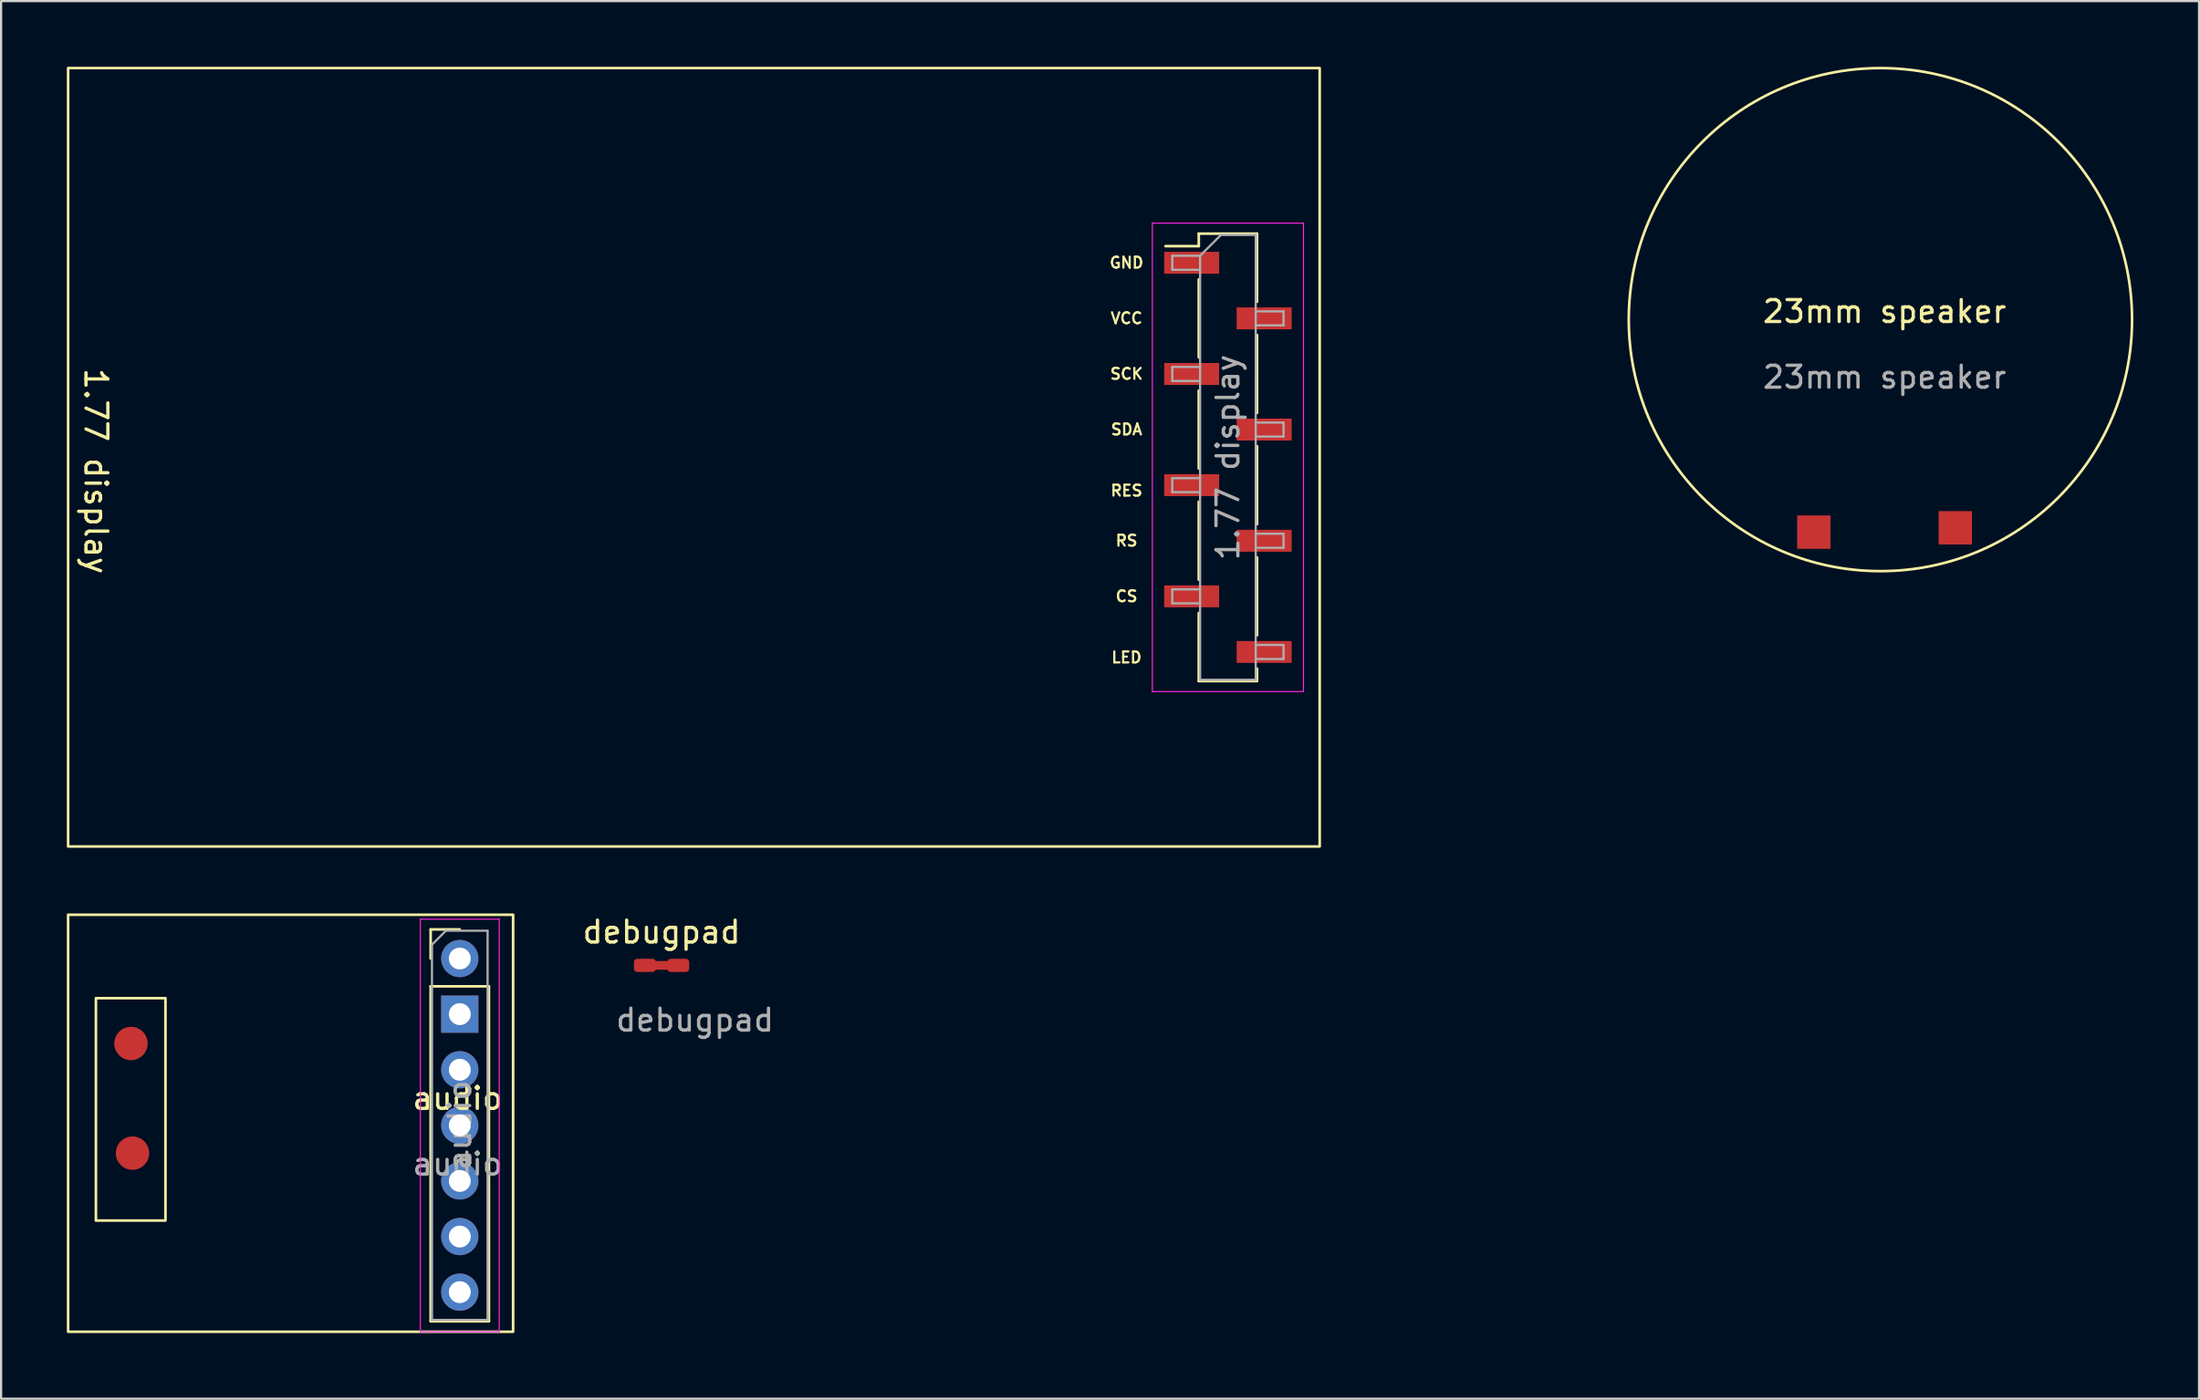
<source format=kicad_pcb>
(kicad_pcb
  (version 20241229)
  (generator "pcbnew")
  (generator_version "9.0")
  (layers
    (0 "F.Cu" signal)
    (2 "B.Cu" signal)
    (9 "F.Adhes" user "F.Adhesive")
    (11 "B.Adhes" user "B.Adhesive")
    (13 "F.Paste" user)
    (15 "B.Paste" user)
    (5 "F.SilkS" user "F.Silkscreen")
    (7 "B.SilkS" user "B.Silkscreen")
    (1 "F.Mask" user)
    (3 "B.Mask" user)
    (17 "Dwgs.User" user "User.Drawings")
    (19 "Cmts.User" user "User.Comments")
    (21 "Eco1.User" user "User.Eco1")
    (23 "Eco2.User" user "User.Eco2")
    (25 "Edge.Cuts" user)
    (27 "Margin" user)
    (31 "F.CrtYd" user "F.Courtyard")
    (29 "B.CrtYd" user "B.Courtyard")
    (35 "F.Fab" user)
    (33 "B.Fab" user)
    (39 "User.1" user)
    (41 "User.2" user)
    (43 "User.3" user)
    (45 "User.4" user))
  (footprint "audio"
    (layer "F.Cu")
    (at 17.84 47.63)
    (property "Reference" "audio" (at 0 -0.5 0) (unlocked yes) (layer "F.SilkS") (effects (font (size 1 1) (thickness 0.15))))
    (attr through_hole)
    (fp_line (start -1.225 -8.22) (end 0.105 -8.22) (stroke (width 0.12) (type solid)) (layer "F.SilkS"))
    (fp_line (start -1.225 -6.89) (end -1.225 -8.22) (stroke (width 0.12) (type solid)) (layer "F.SilkS"))
    (fp_line (start -1.225 -5.62) (end -1.225 9.68) (stroke (width 0.12) (type solid)) (layer "F.SilkS"))
    (fp_line (start -1.225 -5.62) (end 1.435 -5.62) (stroke (width 0.12) (type solid)) (layer "F.SilkS"))
    (fp_line (start -1.225 9.68) (end 1.435 9.68) (stroke (width 0.12) (type solid)) (layer "F.SilkS"))
    (fp_line (start 1.435 -5.62) (end 1.435 9.68) (stroke (width 0.12) (type solid)) (layer "F.SilkS"))
    (fp_rect (start -17.78 10.16) (end 2.54 -8.89) (stroke (width 0.12) (type solid)) (fill no) (layer "F.SilkS"))
    (fp_rect (start -16.51 -5.08) (end -13.335 5.08) (stroke (width 0.12) (type solid)) (fill no) (layer "F.SilkS"))
    (fp_line (start -1.695 -8.69) (end -1.695 10.16) (stroke (width 0.05) (type solid)) (layer "F.CrtYd"))
    (fp_line (start -1.695 10.16) (end 1.905 10.16) (stroke (width 0.05) (type solid)) (layer "F.CrtYd"))
    (fp_line (start 1.905 -8.69) (end -1.695 -8.69) (stroke (width 0.05) (type solid)) (layer "F.CrtYd"))
    (fp_line (start 1.905 10.16) (end 1.905 -8.69) (stroke (width 0.05) (type solid)) (layer "F.CrtYd"))
    (fp_line (start -1.165 -7.525) (end -0.53 -8.16) (stroke (width 0.1) (type solid)) (layer "F.Fab"))
    (fp_line (start -1.165 9.62) (end -1.165 -7.525) (stroke (width 0.1) (type solid)) (layer "F.Fab"))
    (fp_line (start -0.53 -8.16) (end 1.375 -8.16) (stroke (width 0.1) (type solid)) (layer "F.Fab"))
    (fp_line (start 1.375 -8.16) (end 1.375 9.62) (stroke (width 0.1) (type solid)) (layer "F.Fab"))
    (fp_line (start 1.375 9.62) (end -1.165 9.62) (stroke (width 0.1) (type solid)) (layer "F.Fab"))
    (fp_text user "${REFERENCE}" (at 0 2.5 0) (unlocked yes) (layer "F.Fab") (effects (font (size 1 1) (thickness 0.15))))
    (fp_text user "${REFERENCE}" (at 0.105 0.73 90) (layer "F.Fab") (effects (font (size 1 1) (thickness 0.15))))
    (pad "1" thru_hole circle (at 0.105 -6.89) (size 1.7 1.7) (drill 1) (layers "*.Cu" "*.Mask"))
    (pad "2" thru_hole rect (at 0.105 -4.35) (size 1.7 1.7) (drill 1) (layers "*.Cu" "*.Mask"))
    (pad "3" thru_hole oval (at 0.105 -1.81) (size 1.7 1.7) (drill 1) (layers "*.Cu" "*.Mask"))
    (pad "4" thru_hole oval (at 0.105 0.73) (size 1.7 1.7) (drill 1) (layers "*.Cu" "*.Mask"))
    (pad "5" thru_hole oval (at 0.105 3.27) (size 1.7 1.7) (drill 1) (layers "*.Cu" "*.Mask"))
    (pad "6" thru_hole circle (at 0.105 5.81) (size 1.7 1.7) (drill 1) (layers "*.Cu" "*.Mask"))
    (pad "7" thru_hole oval (at 0.105 8.35) (size 1.7 1.7) (drill 1) (layers "*.Cu" "*.Mask"))
    (pad "8" connect circle (at -14.91 -3.01) (size 1.524 1.524) (layers "F.Cu" "F.Mask"))
    (pad "9" connect circle (at -14.84 2) (size 1.524 1.524) (layers "F.Cu" "F.Mask")))
  (footprint "debugpad"
    (layer "F.Cu")
    (at 28.684 41.052)
    (property "Reference" "debugpad" (at -1.524 -1.524 0) (unlocked yes) (layer "F.SilkS") (effects (font (size 1 1) (thickness 0.15))))
    (attr smd)
    (fp_line (start -1.778 0) (end -1.27 0) (stroke (width 0.4) (type solid)) (layer "F.Cu"))
    (fp_text user "${REFERENCE}" (at 0 2.5 0) (unlocked yes) (layer "F.Fab") (effects (font (size 1 1) (thickness 0.15))))
    (pad "1" smd roundrect (at -2.286 0) (size 1 0.6) (layers "F.Cu" "F.Mask" "F.Paste") (roundrect_rratio 0.25))
    (pad "2" smd roundrect (at -0.762 0) (size 1 0.6) (layers "F.Cu" "F.Mask" "F.Paste") (roundrect_rratio 0.25)))
  (footprint "1.77 display"
    (layer "F.Cu")
    (at 56.575 17.84)
    (property "Reference" "1.77 display" (at -55.245 0.635 270) (unlocked yes) (layer "F.SilkS") (effects (font (size 1 1) (thickness 0.15))))
    (attr smd)
    (fp_line (start -4.886 -10.216) (end -4.886 -9.646) (stroke (width 0.12) (type solid)) (layer "F.SilkS"))
    (fp_line (start -4.886 -10.216) (end -2.226 -10.216) (stroke (width 0.12) (type solid)) (layer "F.SilkS"))
    (fp_line (start -4.886 -9.646) (end -6.406 -9.646) (stroke (width 0.12) (type solid)) (layer "F.SilkS"))
    (fp_line (start -4.886 -8.126) (end -4.886 -4.566) (stroke (width 0.12) (type solid)) (layer "F.SilkS"))
    (fp_line (start -4.886 -3.046) (end -4.886 0.514) (stroke (width 0.12) (type solid)) (layer "F.SilkS"))
    (fp_line (start -4.886 2.034) (end -4.886 5.594) (stroke (width 0.12) (type solid)) (layer "F.SilkS"))
    (fp_line (start -4.886 7.114) (end -4.886 10.224) (stroke (width 0.12) (type solid)) (layer "F.SilkS"))
    (fp_line (start -4.886 10.224) (end -2.226 10.224) (stroke (width 0.12) (type solid)) (layer "F.SilkS"))
    (fp_line (start -2.226 -10.216) (end -2.226 -7.106) (stroke (width 0.12) (type solid)) (layer "F.SilkS"))
    (fp_line (start -2.226 -5.586) (end -2.226 -2.026) (stroke (width 0.12) (type solid)) (layer "F.SilkS"))
    (fp_line (start -2.226 -0.506) (end -2.226 3.054) (stroke (width 0.12) (type solid)) (layer "F.SilkS"))
    (fp_line (start -2.226 4.574) (end -2.226 8.134) (stroke (width 0.12) (type solid)) (layer "F.SilkS"))
    (fp_line (start -2.226 9.654) (end -2.226 10.224) (stroke (width 0.12) (type solid)) (layer "F.SilkS"))
    (fp_rect (start -56.515 -17.78) (end 0.635 17.78) (stroke (width 0.12) (type solid)) (fill no) (layer "F.SilkS"))
    (fp_line (start -7.006 -10.696) (end -7.006 10.704) (stroke (width 0.05) (type solid)) (layer "F.CrtYd"))
    (fp_line (start -7.006 10.704) (end -0.106 10.704) (stroke (width 0.05) (type solid)) (layer "F.CrtYd"))
    (fp_line (start -0.106 -10.696) (end -7.006 -10.696) (stroke (width 0.05) (type solid)) (layer "F.CrtYd"))
    (fp_line (start -0.106 10.704) (end -0.106 -10.696) (stroke (width 0.05) (type solid)) (layer "F.CrtYd"))
    (fp_line (start -6.096 -9.206) (end -6.096 -8.566) (stroke (width 0.1) (type solid)) (layer "F.Fab"))
    (fp_line (start -6.096 -8.566) (end -4.826 -8.566) (stroke (width 0.1) (type solid)) (layer "F.Fab"))
    (fp_line (start -6.096 -4.126) (end -6.096 -3.486) (stroke (width 0.1) (type solid)) (layer "F.Fab"))
    (fp_line (start -6.096 -3.486) (end -4.826 -3.486) (stroke (width 0.1) (type solid)) (layer "F.Fab"))
    (fp_line (start -6.096 0.954) (end -6.096 1.594) (stroke (width 0.1) (type solid)) (layer "F.Fab"))
    (fp_line (start -6.096 1.594) (end -4.826 1.594) (stroke (width 0.1) (type solid)) (layer "F.Fab"))
    (fp_line (start -6.096 6.034) (end -6.096 6.674) (stroke (width 0.1) (type solid)) (layer "F.Fab"))
    (fp_line (start -6.096 6.674) (end -4.826 6.674) (stroke (width 0.1) (type solid)) (layer "F.Fab"))
    (fp_line (start -4.826 -9.206) (end -6.096 -9.206) (stroke (width 0.1) (type solid)) (layer "F.Fab"))
    (fp_line (start -4.826 -9.206) (end -3.876 -10.156) (stroke (width 0.1) (type solid)) (layer "F.Fab"))
    (fp_line (start -4.826 -4.126) (end -6.096 -4.126) (stroke (width 0.1) (type solid)) (layer "F.Fab"))
    (fp_line (start -4.826 0.954) (end -6.096 0.954) (stroke (width 0.1) (type solid)) (layer "F.Fab"))
    (fp_line (start -4.826 6.034) (end -6.096 6.034) (stroke (width 0.1) (type solid)) (layer "F.Fab"))
    (fp_line (start -4.826 10.164) (end -4.826 -9.206) (stroke (width 0.1) (type solid)) (layer "F.Fab"))
    (fp_line (start -3.876 -10.156) (end -2.286 -10.156) (stroke (width 0.1) (type solid)) (layer "F.Fab"))
    (fp_line (start -2.286 -10.156) (end -2.286 10.164) (stroke (width 0.1) (type solid)) (layer "F.Fab"))
    (fp_line (start -2.286 -6.666) (end -1.016 -6.666) (stroke (width 0.1) (type solid)) (layer "F.Fab"))
    (fp_line (start -2.286 -1.586) (end -1.016 -1.586) (stroke (width 0.1) (type solid)) (layer "F.Fab"))
    (fp_line (start -2.286 3.494) (end -1.016 3.494) (stroke (width 0.1) (type solid)) (layer "F.Fab"))
    (fp_line (start -2.286 8.574) (end -1.016 8.574) (stroke (width 0.1) (type solid)) (layer "F.Fab"))
    (fp_line (start -2.286 10.164) (end -4.826 10.164) (stroke (width 0.1) (type solid)) (layer "F.Fab"))
    (fp_line (start -1.016 -6.666) (end -1.016 -6.026) (stroke (width 0.1) (type solid)) (layer "F.Fab"))
    (fp_line (start -1.016 -6.026) (end -2.286 -6.026) (stroke (width 0.1) (type solid)) (layer "F.Fab"))
    (fp_line (start -1.016 -1.586) (end -1.016 -0.946) (stroke (width 0.1) (type solid)) (layer "F.Fab"))
    (fp_line (start -1.016 -0.946) (end -2.286 -0.946) (stroke (width 0.1) (type solid)) (layer "F.Fab"))
    (fp_line (start -1.016 3.494) (end -1.016 4.134) (stroke (width 0.1) (type solid)) (layer "F.Fab"))
    (fp_line (start -1.016 4.134) (end -2.286 4.134) (stroke (width 0.1) (type solid)) (layer "F.Fab"))
    (fp_line (start -1.016 8.574) (end -1.016 9.214) (stroke (width 0.1) (type solid)) (layer "F.Fab"))
    (fp_line (start -1.016 9.214) (end -2.286 9.214) (stroke (width 0.1) (type solid)) (layer "F.Fab"))
    (fp_line (start -45.487 -0.028) (end 11.663 -0.028) (stroke (width 0.05) (type solid)) (layer "User.1"))
    (fp_text user "LED" (at -8.184 9.144 0) (unlocked yes) (layer "F.SilkS") (effects (font (size 0.5 0.5) (thickness 0.1))))
    (fp_text user "CS" (at -8.184 6.35 0) (unlocked yes) (layer "F.SilkS") (effects (font (size 0.5 0.5) (thickness 0.1))))
    (fp_text user "GND" (at -8.184 -8.89 0) (unlocked yes) (layer "F.SilkS") (effects (font (size 0.5 0.5) (thickness 0.1))))
    (fp_text user "VCC" (at -8.184 -6.35 0) (unlocked yes) (layer "F.SilkS") (effects (font (size 0.5 0.5) (thickness 0.1))))
    (fp_text user "RS" (at -8.184 3.81 0) (unlocked yes) (layer "F.SilkS") (effects (font (size 0.5 0.5) (thickness 0.1))))
    (fp_text user "SCK" (at -8.184 -3.81 0) (unlocked yes) (layer "F.SilkS") (effects (font (size 0.5 0.5) (thickness 0.1))))
    (fp_text user "RES" (at -8.184 1.524 0) (unlocked yes) (layer "F.SilkS") (effects (font (size 0.5 0.5) (thickness 0.1))))
    (fp_text user "SDA" (at -8.184 -1.27 0) (unlocked yes) (layer "F.SilkS") (effects (font (size 0.5 0.5) (thickness 0.1))))
    (fp_text user "${REFERENCE}" (at -3.556 0.004 90) (layer "F.Fab") (effects (font (size 1 1) (thickness 0.15))))
    (pad "1" smd rect (at -5.211 -8.886) (size 2.51 1) (layers "F.Cu" "F.Mask" "F.Paste"))
    (pad "2" smd rect (at -1.901 -6.346) (size 2.51 1) (layers "F.Cu" "F.Mask" "F.Paste"))
    (pad "3" smd rect (at -5.211 -3.806) (size 2.51 1) (layers "F.Cu" "F.Mask" "F.Paste"))
    (pad "4" smd rect (at -1.901 -1.266) (size 2.51 1) (layers "F.Cu" "F.Mask" "F.Paste"))
    (pad "5" smd rect (at -5.211 1.274) (size 2.51 1) (layers "F.Cu" "F.Mask" "F.Paste"))
    (pad "6" smd rect (at -1.901 3.814) (size 2.51 1) (layers "F.Cu" "F.Mask" "F.Paste"))
    (pad "7" smd rect (at -5.211 6.354) (size 2.51 1) (layers "F.Cu" "F.Mask" "F.Paste"))
    (pad "8" smd rect (at -1.901 8.894) (size 2.51 1) (layers "F.Cu" "F.Mask" "F.Paste")))
  (footprint "23mm speaker"
    (layer "F.Cu")
    (at 83.004 11.681)
    (property "Reference" "23mm speaker" (at 0 -0.5 0) (unlocked yes) (layer "F.SilkS") (effects (font (size 1 1) (thickness 0.15))))
    (attr through_hole)
    (fp_circle (center -0.19 -0.13) (end 8.93 6.86) (stroke (width 0.12) (type solid)) (fill no) (layer "F.SilkS"))
    (fp_text user "${REFERENCE}" (at 0 2.5 0) (unlocked yes) (layer "F.Fab") (effects (font (size 1 1) (thickness 0.15))))
    (pad "1" smd rect (at 3.23 9.38) (size 1.524 1.524) (layers "F.Cu" "F.Mask" "F.Paste"))
    (pad "2" smd rect (at -3.23 9.58) (size 1.524 1.524) (layers "F.Cu" "F.Mask" "F.Paste")))
  (gr_rect
    (start -3 -3)
    (end 97.364 60.85)
    (stroke (width 0.1) (type default))
    (fill no)
    (layer "Edge.Cuts")))
</source>
